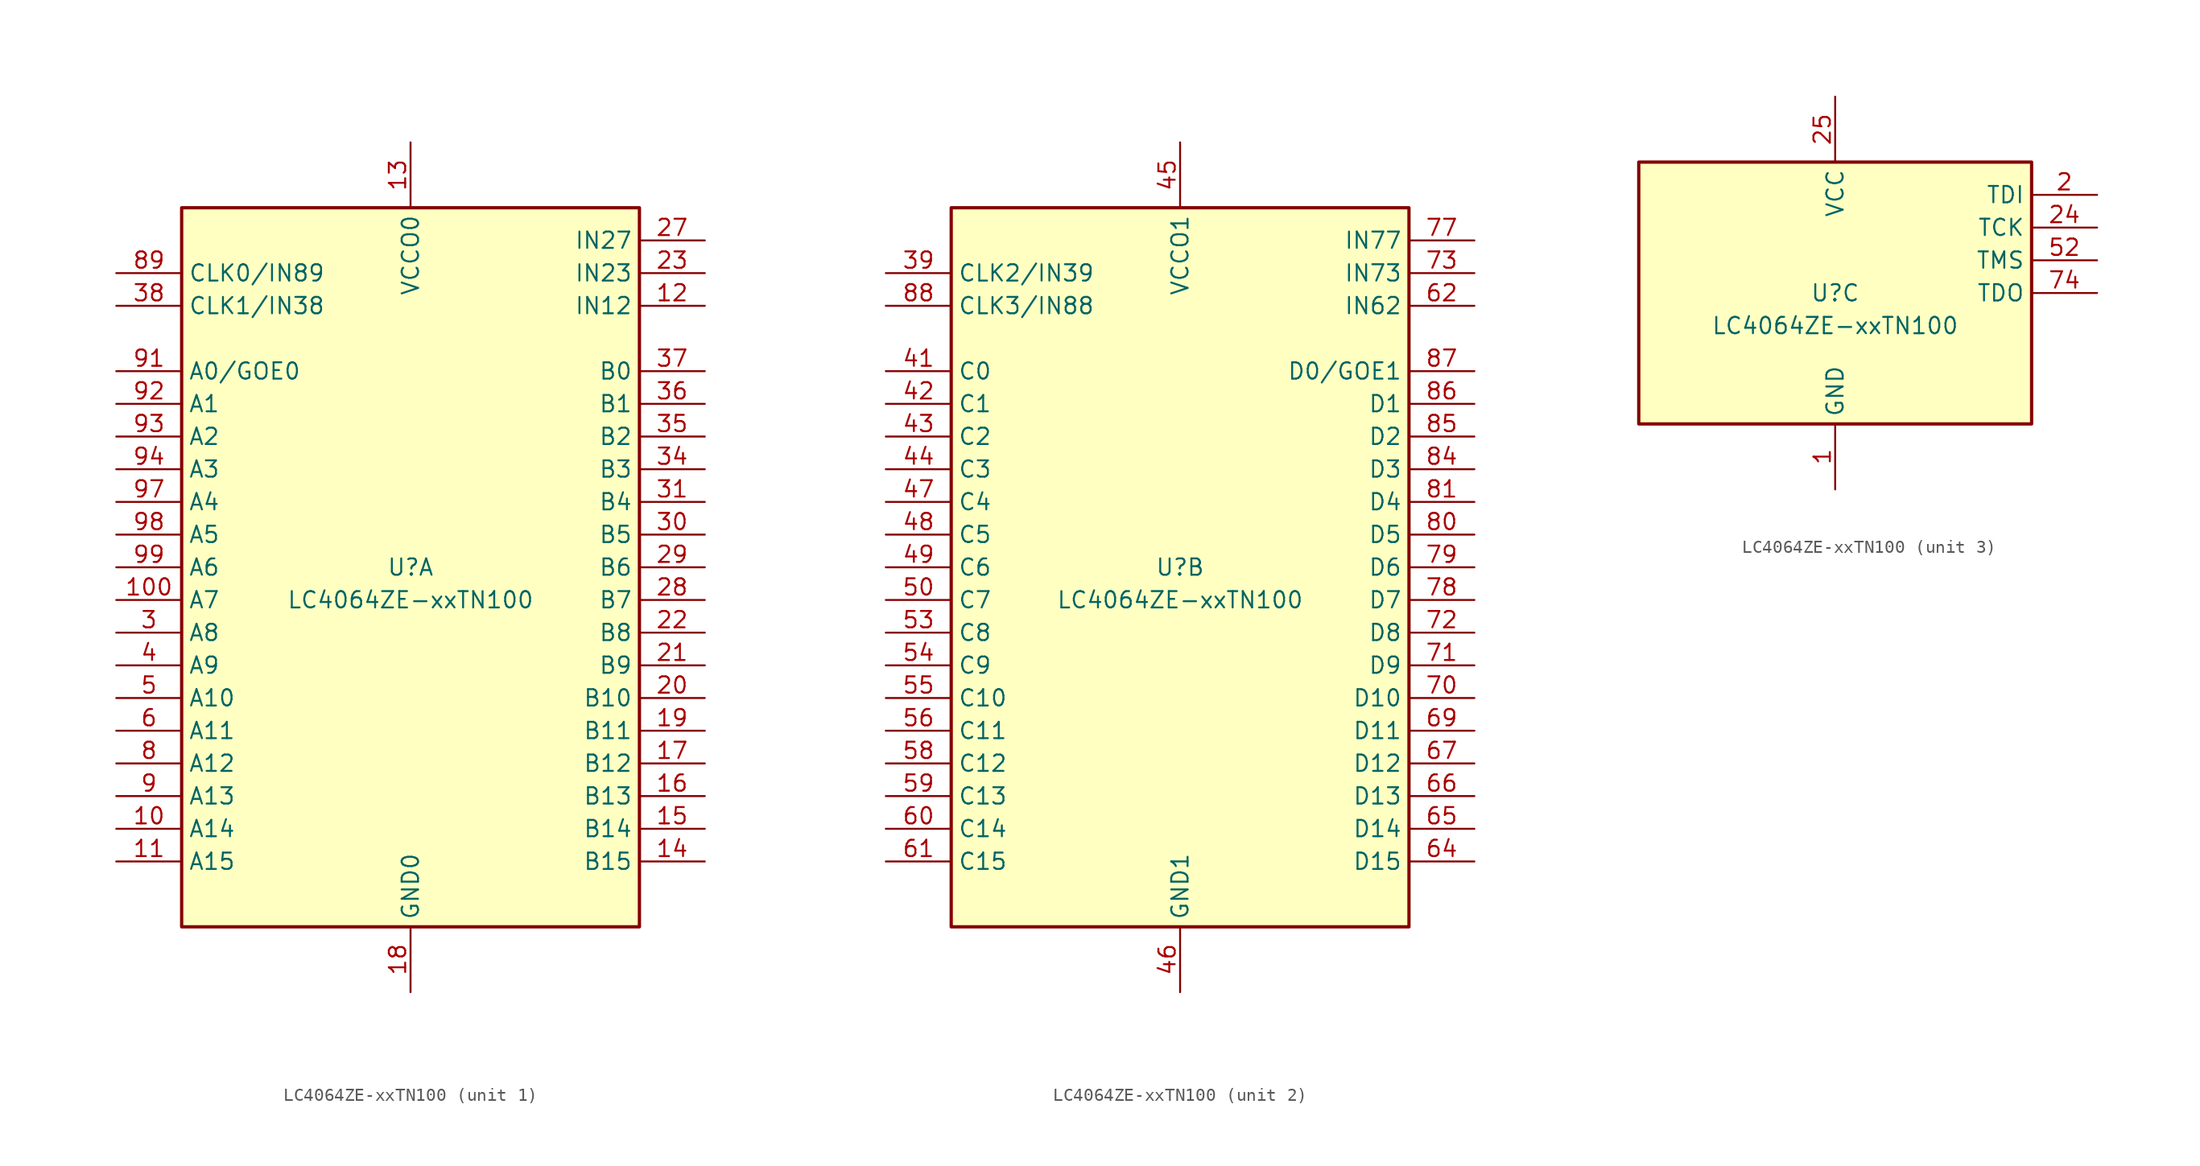
<source format=kicad_sym>
(kicad_symbol_lib
  (version 20210619)
  (generator kicad_symbol_editor)
  (symbol "Gekkio_CPLD_Lattice:LC4064ZE-xxTN100"
    (property "Reference" "U"
      (at 0 0 0)
      (effects (font (size 1.27 1.27))))
    (property "Value" "LC4064ZE-xxTN100"
      (at 0 -2.54 0)
      (effects (font (size 1.27 1.27))))
    (property "ki_locked" ""
      (at 0 0 0)
      (effects (font (size 1.27 1.27))))
    (symbol "LC4064ZE-xxTN100_1_1"
      (rectangle (start -17.78 27.94) (end 17.78 -27.94) (stroke (width 0.254)) (fill (type background)))
      (pin bidirectional line (at -22.86 -20.32 0) (length 5.08) (name "A14" (effects (font (size 1.27 1.27)))) (number "10" (effects (font (size 1.27 1.27)))))
      (pin bidirectional line (at -22.86 -2.54 0) (length 5.08) (name "A7" (effects (font (size 1.27 1.27)))) (number "100" (effects (font (size 1.27 1.27)))))
      (pin bidirectional line (at -22.86 -22.86 0) (length 5.08) (name "A15" (effects (font (size 1.27 1.27)))) (number "11" (effects (font (size 1.27 1.27)))))
      (pin input line (at 22.86 20.32 180) (length 5.08) (name "IN12" (effects (font (size 1.27 1.27)))) (number "12" (effects (font (size 1.27 1.27)))))
      (pin power_in line (at 0 33.02 270) (length 5.08) (name "VCCO0" (effects (font (size 1.27 1.27)))) (number "13" (effects (font (size 1.27 1.27)))))
      (pin bidirectional line (at 22.86 -22.86 180) (length 5.08) (name "B15" (effects (font (size 1.27 1.27)))) (number "14" (effects (font (size 1.27 1.27)))))
      (pin bidirectional line (at 22.86 -20.32 180) (length 5.08) (name "B14" (effects (font (size 1.27 1.27)))) (number "15" (effects (font (size 1.27 1.27)))))
      (pin bidirectional line (at 22.86 -17.78 180) (length 5.08) (name "B13" (effects (font (size 1.27 1.27)))) (number "16" (effects (font (size 1.27 1.27)))))
      (pin bidirectional line (at 22.86 -15.24 180) (length 5.08) (name "B12" (effects (font (size 1.27 1.27)))) (number "17" (effects (font (size 1.27 1.27)))))
      (pin power_in line (at 0 -33.02 90) (length 5.08) (name "GND0" (effects (font (size 1.27 1.27)))) (number "18" (effects (font (size 1.27 1.27)))))
      (pin bidirectional line (at 22.86 -12.7 180) (length 5.08) (name "B11" (effects (font (size 1.27 1.27)))) (number "19" (effects (font (size 1.27 1.27)))))
      (pin bidirectional line (at 22.86 -10.16 180) (length 5.08) (name "B10" (effects (font (size 1.27 1.27)))) (number "20" (effects (font (size 1.27 1.27)))))
      (pin bidirectional line (at 22.86 -7.62 180) (length 5.08) (name "B9" (effects (font (size 1.27 1.27)))) (number "21" (effects (font (size 1.27 1.27)))))
      (pin bidirectional line (at 22.86 -5.08 180) (length 5.08) (name "B8" (effects (font (size 1.27 1.27)))) (number "22" (effects (font (size 1.27 1.27)))))
      (pin input line (at 22.86 22.86 180) (length 5.08) (name "IN23" (effects (font (size 1.27 1.27)))) (number "23" (effects (font (size 1.27 1.27)))))
      (pin input line (at 22.86 25.4 180) (length 5.08) (name "IN27" (effects (font (size 1.27 1.27)))) (number "27" (effects (font (size 1.27 1.27)))))
      (pin bidirectional line (at 22.86 -2.54 180) (length 5.08) (name "B7" (effects (font (size 1.27 1.27)))) (number "28" (effects (font (size 1.27 1.27)))))
      (pin bidirectional line (at 22.86 0 180) (length 5.08) (name "B6" (effects (font (size 1.27 1.27)))) (number "29" (effects (font (size 1.27 1.27)))))
      (pin bidirectional line (at -22.86 -5.08 0) (length 5.08) (name "A8" (effects (font (size 1.27 1.27)))) (number "3" (effects (font (size 1.27 1.27)))))
      (pin bidirectional line (at 22.86 2.54 180) (length 5.08) (name "B5" (effects (font (size 1.27 1.27)))) (number "30" (effects (font (size 1.27 1.27)))))
      (pin bidirectional line (at 22.86 5.08 180) (length 5.08) (name "B4" (effects (font (size 1.27 1.27)))) (number "31" (effects (font (size 1.27 1.27)))))
      (pin passive line (at 0 -33.02 90) (length 5.08) hide (name "GND0" (effects (font (size 1.27 1.27)))) (number "32" (effects (font (size 1.27 1.27)))))
      (pin passive line (at 0 33.02 270) (length 5.08) hide (name "VCCO0" (effects (font (size 1.27 1.27)))) (number "33" (effects (font (size 1.27 1.27)))))
      (pin bidirectional line (at 22.86 7.62 180) (length 5.08) (name "B3" (effects (font (size 1.27 1.27)))) (number "34" (effects (font (size 1.27 1.27)))))
      (pin bidirectional line (at 22.86 10.16 180) (length 5.08) (name "B2" (effects (font (size 1.27 1.27)))) (number "35" (effects (font (size 1.27 1.27)))))
      (pin bidirectional line (at 22.86 12.7 180) (length 5.08) (name "B1" (effects (font (size 1.27 1.27)))) (number "36" (effects (font (size 1.27 1.27)))))
      (pin bidirectional line (at 22.86 15.24 180) (length 5.08) (name "B0" (effects (font (size 1.27 1.27)))) (number "37" (effects (font (size 1.27 1.27)))))
      (pin input line (at -22.86 20.32 0) (length 5.08) (name "CLK1/IN38" (effects (font (size 1.27 1.27)))) (number "38" (effects (font (size 1.27 1.27)))))
      (pin bidirectional line (at -22.86 -7.62 0) (length 5.08) (name "A9" (effects (font (size 1.27 1.27)))) (number "4" (effects (font (size 1.27 1.27)))))
      (pin bidirectional line (at -22.86 -10.16 0) (length 5.08) (name "A10" (effects (font (size 1.27 1.27)))) (number "5" (effects (font (size 1.27 1.27)))))
      (pin bidirectional line (at -22.86 -12.7 0) (length 5.08) (name "A11" (effects (font (size 1.27 1.27)))) (number "6" (effects (font (size 1.27 1.27)))))
      (pin passive line (at 0 -33.02 90) (length 5.08) hide (name "GND0" (effects (font (size 1.27 1.27)))) (number "7" (effects (font (size 1.27 1.27)))))
      (pin bidirectional line (at -22.86 -15.24 0) (length 5.08) (name "A12" (effects (font (size 1.27 1.27)))) (number "8" (effects (font (size 1.27 1.27)))))
      (pin input line (at -22.86 22.86 0) (length 5.08) (name "CLK0/IN89" (effects (font (size 1.27 1.27)))) (number "89" (effects (font (size 1.27 1.27)))))
      (pin bidirectional line (at -22.86 -17.78 0) (length 5.08) (name "A13" (effects (font (size 1.27 1.27)))) (number "9" (effects (font (size 1.27 1.27)))))
      (pin bidirectional line (at -22.86 15.24 0) (length 5.08) (name "A0/GOE0" (effects (font (size 1.27 1.27)))) (number "91" (effects (font (size 1.27 1.27)))))
      (pin bidirectional line (at -22.86 12.7 0) (length 5.08) (name "A1" (effects (font (size 1.27 1.27)))) (number "92" (effects (font (size 1.27 1.27)))))
      (pin bidirectional line (at -22.86 10.16 0) (length 5.08) (name "A2" (effects (font (size 1.27 1.27)))) (number "93" (effects (font (size 1.27 1.27)))))
      (pin bidirectional line (at -22.86 7.62 0) (length 5.08) (name "A3" (effects (font (size 1.27 1.27)))) (number "94" (effects (font (size 1.27 1.27)))))
      (pin passive line (at 0 33.02 270) (length 5.08) hide (name "VCCO0" (effects (font (size 1.27 1.27)))) (number "95" (effects (font (size 1.27 1.27)))))
      (pin passive line (at 0 -33.02 90) (length 5.08) hide (name "GND0" (effects (font (size 1.27 1.27)))) (number "96" (effects (font (size 1.27 1.27)))))
      (pin bidirectional line (at -22.86 5.08 0) (length 5.08) (name "A4" (effects (font (size 1.27 1.27)))) (number "97" (effects (font (size 1.27 1.27)))))
      (pin bidirectional line (at -22.86 2.54 0) (length 5.08) (name "A5" (effects (font (size 1.27 1.27)))) (number "98" (effects (font (size 1.27 1.27)))))
      (pin bidirectional line (at -22.86 0 0) (length 5.08) (name "A6" (effects (font (size 1.27 1.27)))) (number "99" (effects (font (size 1.27 1.27))))))
    (symbol "LC4064ZE-xxTN100_2_1"
      (rectangle (start -17.78 27.94) (end 17.78 -27.94) (stroke (width 0.254)) (fill (type background)))
      (pin input line (at -22.86 22.86 0) (length 5.08) (name "CLK2/IN39" (effects (font (size 1.27 1.27)))) (number "39" (effects (font (size 1.27 1.27)))))
      (pin bidirectional line (at -22.86 15.24 0) (length 5.08) (name "C0" (effects (font (size 1.27 1.27)))) (number "41" (effects (font (size 1.27 1.27)))))
      (pin bidirectional line (at -22.86 12.7 0) (length 5.08) (name "C1" (effects (font (size 1.27 1.27)))) (number "42" (effects (font (size 1.27 1.27)))))
      (pin bidirectional line (at -22.86 10.16 0) (length 5.08) (name "C2" (effects (font (size 1.27 1.27)))) (number "43" (effects (font (size 1.27 1.27)))))
      (pin bidirectional line (at -22.86 7.62 0) (length 5.08) (name "C3" (effects (font (size 1.27 1.27)))) (number "44" (effects (font (size 1.27 1.27)))))
      (pin power_in line (at 0 33.02 270) (length 5.08) (name "VCCO1" (effects (font (size 1.27 1.27)))) (number "45" (effects (font (size 1.27 1.27)))))
      (pin power_in line (at 0 -33.02 90) (length 5.08) (name "GND1" (effects (font (size 1.27 1.27)))) (number "46" (effects (font (size 1.27 1.27)))))
      (pin bidirectional line (at -22.86 5.08 0) (length 5.08) (name "C4" (effects (font (size 1.27 1.27)))) (number "47" (effects (font (size 1.27 1.27)))))
      (pin bidirectional line (at -22.86 2.54 0) (length 5.08) (name "C5" (effects (font (size 1.27 1.27)))) (number "48" (effects (font (size 1.27 1.27)))))
      (pin bidirectional line (at -22.86 0 0) (length 5.08) (name "C6" (effects (font (size 1.27 1.27)))) (number "49" (effects (font (size 1.27 1.27)))))
      (pin bidirectional line (at -22.86 -2.54 0) (length 5.08) (name "C7" (effects (font (size 1.27 1.27)))) (number "50" (effects (font (size 1.27 1.27)))))
      (pin bidirectional line (at -22.86 -5.08 0) (length 5.08) (name "C8" (effects (font (size 1.27 1.27)))) (number "53" (effects (font (size 1.27 1.27)))))
      (pin bidirectional line (at -22.86 -7.62 0) (length 5.08) (name "C9" (effects (font (size 1.27 1.27)))) (number "54" (effects (font (size 1.27 1.27)))))
      (pin bidirectional line (at -22.86 -10.16 0) (length 5.08) (name "C10" (effects (font (size 1.27 1.27)))) (number "55" (effects (font (size 1.27 1.27)))))
      (pin bidirectional line (at -22.86 -12.7 0) (length 5.08) (name "C11" (effects (font (size 1.27 1.27)))) (number "56" (effects (font (size 1.27 1.27)))))
      (pin passive line (at 0 -33.02 90) (length 5.08) hide (name "GND1" (effects (font (size 1.27 1.27)))) (number "57" (effects (font (size 1.27 1.27)))))
      (pin bidirectional line (at -22.86 -15.24 0) (length 5.08) (name "C12" (effects (font (size 1.27 1.27)))) (number "58" (effects (font (size 1.27 1.27)))))
      (pin bidirectional line (at -22.86 -17.78 0) (length 5.08) (name "C13" (effects (font (size 1.27 1.27)))) (number "59" (effects (font (size 1.27 1.27)))))
      (pin bidirectional line (at -22.86 -20.32 0) (length 5.08) (name "C14" (effects (font (size 1.27 1.27)))) (number "60" (effects (font (size 1.27 1.27)))))
      (pin bidirectional line (at -22.86 -22.86 0) (length 5.08) (name "C15" (effects (font (size 1.27 1.27)))) (number "61" (effects (font (size 1.27 1.27)))))
      (pin input line (at 22.86 20.32 180) (length 5.08) (name "IN62" (effects (font (size 1.27 1.27)))) (number "62" (effects (font (size 1.27 1.27)))))
      (pin passive line (at 0 33.02 270) (length 5.08) hide (name "VCCO1" (effects (font (size 1.27 1.27)))) (number "63" (effects (font (size 1.27 1.27)))))
      (pin bidirectional line (at 22.86 -22.86 180) (length 5.08) (name "D15" (effects (font (size 1.27 1.27)))) (number "64" (effects (font (size 1.27 1.27)))))
      (pin bidirectional line (at 22.86 -20.32 180) (length 5.08) (name "D14" (effects (font (size 1.27 1.27)))) (number "65" (effects (font (size 1.27 1.27)))))
      (pin bidirectional line (at 22.86 -17.78 180) (length 5.08) (name "D13" (effects (font (size 1.27 1.27)))) (number "66" (effects (font (size 1.27 1.27)))))
      (pin bidirectional line (at 22.86 -15.24 180) (length 5.08) (name "D12" (effects (font (size 1.27 1.27)))) (number "67" (effects (font (size 1.27 1.27)))))
      (pin passive line (at 0 -33.02 90) (length 5.08) hide (name "GND1" (effects (font (size 1.27 1.27)))) (number "68" (effects (font (size 1.27 1.27)))))
      (pin bidirectional line (at 22.86 -12.7 180) (length 5.08) (name "D11" (effects (font (size 1.27 1.27)))) (number "69" (effects (font (size 1.27 1.27)))))
      (pin bidirectional line (at 22.86 -10.16 180) (length 5.08) (name "D10" (effects (font (size 1.27 1.27)))) (number "70" (effects (font (size 1.27 1.27)))))
      (pin bidirectional line (at 22.86 -7.62 180) (length 5.08) (name "D9" (effects (font (size 1.27 1.27)))) (number "71" (effects (font (size 1.27 1.27)))))
      (pin bidirectional line (at 22.86 -5.08 180) (length 5.08) (name "D8" (effects (font (size 1.27 1.27)))) (number "72" (effects (font (size 1.27 1.27)))))
      (pin input line (at 22.86 22.86 180) (length 5.08) (name "IN73" (effects (font (size 1.27 1.27)))) (number "73" (effects (font (size 1.27 1.27)))))
      (pin input line (at 22.86 25.4 180) (length 5.08) (name "IN77" (effects (font (size 1.27 1.27)))) (number "77" (effects (font (size 1.27 1.27)))))
      (pin bidirectional line (at 22.86 -2.54 180) (length 5.08) (name "D7" (effects (font (size 1.27 1.27)))) (number "78" (effects (font (size 1.27 1.27)))))
      (pin bidirectional line (at 22.86 0 180) (length 5.08) (name "D6" (effects (font (size 1.27 1.27)))) (number "79" (effects (font (size 1.27 1.27)))))
      (pin bidirectional line (at 22.86 2.54 180) (length 5.08) (name "D5" (effects (font (size 1.27 1.27)))) (number "80" (effects (font (size 1.27 1.27)))))
      (pin bidirectional line (at 22.86 5.08 180) (length 5.08) (name "D4" (effects (font (size 1.27 1.27)))) (number "81" (effects (font (size 1.27 1.27)))))
      (pin passive line (at 0 -33.02 90) (length 5.08) hide (name "GND1" (effects (font (size 1.27 1.27)))) (number "82" (effects (font (size 1.27 1.27)))))
      (pin passive line (at 0 33.02 270) (length 5.08) hide (name "VCCO1" (effects (font (size 1.27 1.27)))) (number "83" (effects (font (size 1.27 1.27)))))
      (pin bidirectional line (at 22.86 7.62 180) (length 5.08) (name "D3" (effects (font (size 1.27 1.27)))) (number "84" (effects (font (size 1.27 1.27)))))
      (pin bidirectional line (at 22.86 10.16 180) (length 5.08) (name "D2" (effects (font (size 1.27 1.27)))) (number "85" (effects (font (size 1.27 1.27)))))
      (pin bidirectional line (at 22.86 12.7 180) (length 5.08) (name "D1" (effects (font (size 1.27 1.27)))) (number "86" (effects (font (size 1.27 1.27)))))
      (pin bidirectional line (at 22.86 15.24 180) (length 5.08) (name "D0/GOE1" (effects (font (size 1.27 1.27)))) (number "87" (effects (font (size 1.27 1.27)))))
      (pin input line (at -22.86 20.32 0) (length 5.08) (name "CLK3/IN88" (effects (font (size 1.27 1.27)))) (number "88" (effects (font (size 1.27 1.27))))))
    (symbol "LC4064ZE-xxTN100_3_1"
      (rectangle (start -15.24 10.16) (end 15.24 -10.16) (stroke (width 0.254)) (fill (type background)))
      (pin power_in line (at 0 -15.24 90) (length 5.08) (name "GND" (effects (font (size 1.27 1.27)))) (number "1" (effects (font (size 1.27 1.27)))))
      (pin input line (at 20.32 7.62 180) (length 5.08) (name "TDI" (effects (font (size 1.27 1.27)))) (number "2" (effects (font (size 1.27 1.27)))))
      (pin input line (at 20.32 5.08 180) (length 5.08) (name "TCK" (effects (font (size 1.27 1.27)))) (number "24" (effects (font (size 1.27 1.27)))))
      (pin power_in line (at 0 15.24 270) (length 5.08) (name "VCC" (effects (font (size 1.27 1.27)))) (number "25" (effects (font (size 1.27 1.27)))))
      (pin passive line (at 0 -15.24 90) (length 5.08) hide (name "GND" (effects (font (size 1.27 1.27)))) (number "26" (effects (font (size 1.27 1.27)))))
      (pin passive line (at 0 15.24 270) (length 5.08) hide (name "VCC" (effects (font (size 1.27 1.27)))) (number "40" (effects (font (size 1.27 1.27)))))
      (pin passive line (at 0 -15.24 90) (length 5.08) hide (name "GND" (effects (font (size 1.27 1.27)))) (number "51" (effects (font (size 1.27 1.27)))))
      (pin input line (at 20.32 2.54 180) (length 5.08) (name "TMS" (effects (font (size 1.27 1.27)))) (number "52" (effects (font (size 1.27 1.27)))))
      (pin output line (at 20.32 0 180) (length 5.08) (name "TDO" (effects (font (size 1.27 1.27)))) (number "74" (effects (font (size 1.27 1.27)))))
      (pin passive line (at 0 15.24 270) (length 5.08) hide (name "VCC" (effects (font (size 1.27 1.27)))) (number "75" (effects (font (size 1.27 1.27)))))
      (pin passive line (at 0 -15.24 90) (length 5.08) hide (name "GND" (effects (font (size 1.27 1.27)))) (number "76" (effects (font (size 1.27 1.27)))))
      (pin passive line (at 0 15.24 270) (length 5.08) hide (name "VCC" (effects (font (size 1.27 1.27)))) (number "90" (effects (font (size 1.27 1.27))))))))
</source>
